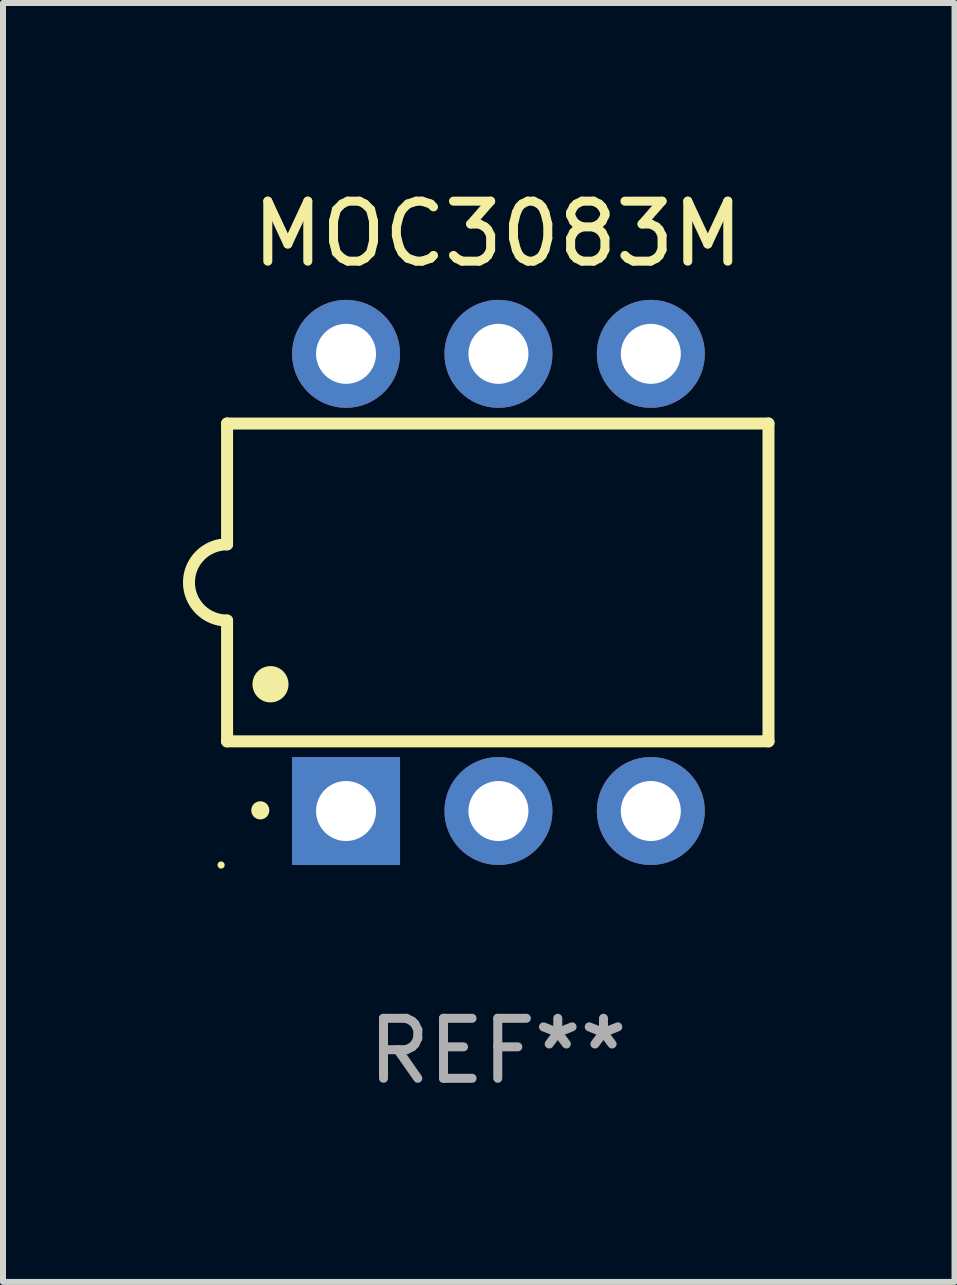
<source format=kicad_pcb>
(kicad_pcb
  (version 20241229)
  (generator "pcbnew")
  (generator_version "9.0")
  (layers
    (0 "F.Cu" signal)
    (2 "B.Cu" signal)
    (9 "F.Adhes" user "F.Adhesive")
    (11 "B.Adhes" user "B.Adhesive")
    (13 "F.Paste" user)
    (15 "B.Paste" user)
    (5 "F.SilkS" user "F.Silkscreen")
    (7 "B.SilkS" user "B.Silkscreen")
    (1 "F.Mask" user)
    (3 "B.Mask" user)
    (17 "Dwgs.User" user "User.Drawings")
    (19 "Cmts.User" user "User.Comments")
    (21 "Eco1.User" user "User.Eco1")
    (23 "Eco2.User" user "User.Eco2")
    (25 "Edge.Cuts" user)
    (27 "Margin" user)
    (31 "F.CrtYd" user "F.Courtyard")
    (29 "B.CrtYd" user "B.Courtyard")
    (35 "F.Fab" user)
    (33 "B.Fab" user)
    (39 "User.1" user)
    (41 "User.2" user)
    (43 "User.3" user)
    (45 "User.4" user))
  (footprint "MOC3083M"
    (layer "F.Cu")
    (at 5.247 6.658)
    (property "Reference" "MOC3083M" (at 0 -5.81 0) (layer "F.SilkS") (effects (font (size 1 1) (thickness 0.15))))
    (attr through_hole)
    (fp_line (start -4.512 -2.649) (end 4.512 -2.649) (stroke (width 0.2) (type solid)) (layer "F.SilkS"))
    (fp_line (start -4.512 -0.635) (end -4.512 -2.649) (stroke (width 0.2) (type solid)) (layer "F.SilkS"))
    (fp_line (start -4.512 2.649) (end -4.512 0.635) (stroke (width 0.2) (type solid)) (layer "F.SilkS"))
    (fp_line (start 4.512 -2.649) (end 4.512 2.649) (stroke (width 0.2) (type solid)) (layer "F.SilkS"))
    (fp_line (start 4.512 2.649) (end -4.512 2.649) (stroke (width 0.2) (type solid)) (layer "F.SilkS"))
    (fp_arc (start -4.512319 0.635001) (mid -5.14732 0) (end -4.512319 -0.635001) (stroke (width 0.2) (type solid)) (layer "F.SilkS"))
    (fp_arc (start -3.958598 3.799848) (mid -3.958603 3.798578) (end -3.958598 3.797308) (stroke (width 0.3) (type solid)) (layer "F.SilkS"))
    (fp_arc (start -3.788418 1.699263) (mid -3.788429 1.696723) (end -3.788418 1.694183) (stroke (width 0.6) (type solid)) (layer "F.SilkS"))
    (fp_circle (center -4.612 4.71) (end -4.582 4.71) (stroke (width 0.06) (type solid)) (fill no) (layer "F.SilkS"))
    (fp_text user "REF**" (at 0 7.81 0) (layer "F.Fab") (effects (font (size 1 1) (thickness 0.15))))
    (pad "1" thru_hole rect (at -2.529 3.81 90) (size 1.8 1.8) (drill 1) (layers "*.Cu" "*.Mask"))
    (pad "2" thru_hole circle (at 0.011 3.81) (size 1.8 1.8) (drill 1) (layers "*.Cu" "*.Mask"))
    (pad "3" thru_hole circle (at 2.551 3.81) (size 1.8 1.8) (drill 1) (layers "*.Cu" "*.Mask"))
    (pad "4" thru_hole circle (at 2.551 -3.81) (size 1.8 1.8) (drill 1) (layers "*.Cu" "*.Mask"))
    (pad "5" thru_hole circle (at 0.011 -3.81) (size 1.8 1.8) (drill 1) (layers "*.Cu" "*.Mask"))
    (pad "6" thru_hole circle (at -2.529 -3.81) (size 1.8 1.8) (drill 1) (layers "*.Cu" "*.Mask")))
  (gr_rect
    (start -3 -3)
    (end 12.86 18.317)
    (stroke (width 0.1) (type default))
    (fill no)
    (layer "Edge.Cuts")))
</source>
